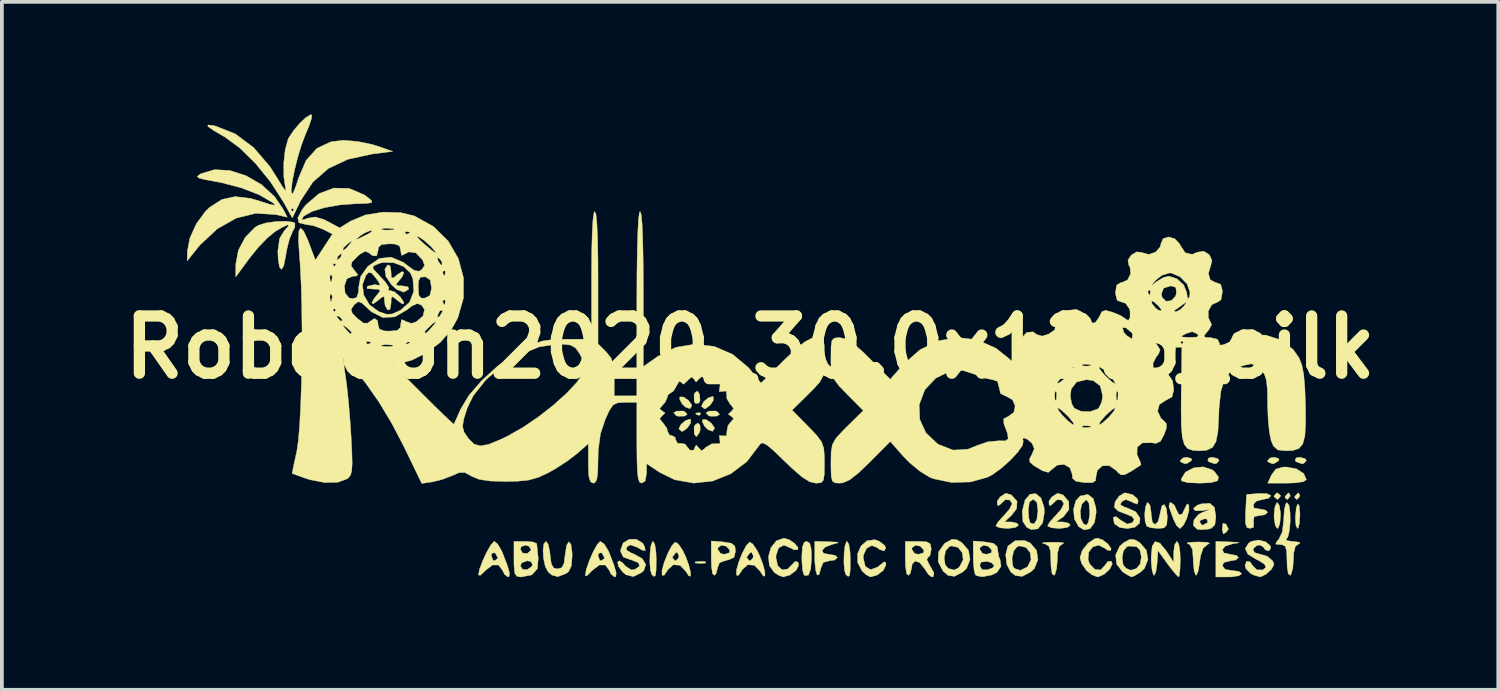
<source format=kicad_pcb>
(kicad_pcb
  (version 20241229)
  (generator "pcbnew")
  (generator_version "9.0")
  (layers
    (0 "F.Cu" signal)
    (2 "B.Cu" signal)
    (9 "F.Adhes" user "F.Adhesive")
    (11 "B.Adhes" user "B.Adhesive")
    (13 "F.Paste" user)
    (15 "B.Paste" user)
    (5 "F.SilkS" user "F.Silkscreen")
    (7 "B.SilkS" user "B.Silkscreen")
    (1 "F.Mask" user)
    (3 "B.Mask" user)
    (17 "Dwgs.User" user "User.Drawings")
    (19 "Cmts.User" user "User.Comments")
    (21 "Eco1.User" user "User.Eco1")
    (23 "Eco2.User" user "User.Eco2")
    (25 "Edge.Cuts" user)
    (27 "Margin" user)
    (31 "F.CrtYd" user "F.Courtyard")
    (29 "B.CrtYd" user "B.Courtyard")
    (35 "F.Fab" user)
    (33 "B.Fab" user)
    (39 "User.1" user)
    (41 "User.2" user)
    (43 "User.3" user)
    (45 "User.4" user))
  (footprint "Robocon2020_30.0x12.5_silk"
    (layer "F.Cu")
    (at 16.916 6.195)
    (property "Reference" "Robocon2020_30.0x12.5_silk" (at 0 0 0) (layer "F.SilkS") (effects (font (size 1.524 1.524) (thickness 0.3))))
    (attr through_hole)
    (fp_poly (pts (xy -1.32 1.751) (xy -1.332 1.802) (xy -1.378 1.808) (xy -1.448 1.777) (xy -1.435 1.751) (xy -1.333 1.74) (xy -1.32 1.751)) (stroke (width 0.01) (type solid)) (fill yes) (layer "F.SilkS"))
    (fp_poly (pts (xy -1.729 1.718) (xy -1.672 1.786) (xy -1.744 1.831) (xy -1.92 1.835) (xy -1.974 1.812) (xy -2.031 1.744) (xy -1.958 1.699) (xy -1.782 1.695) (xy -1.729 1.718)) (stroke (width 0.01) (type solid)) (fill yes) (layer "F.SilkS"))
    (fp_poly (pts (xy -1.344 1.256) (xy -1.331 1.419) (xy -1.363 1.484) (xy -1.454 1.493) (xy -1.487 1.44) (xy -1.49 1.264) (xy -1.468 1.212) (xy -1.399 1.164) (xy -1.344 1.256)) (stroke (width 0.01) (type solid)) (fill yes) (layer "F.SilkS"))
    (fp_poly (pts (xy -1.182 5.712) (xy -1.179 5.741) (xy -1.314 5.752) (xy -1.335 5.752) (xy -1.468 5.74) (xy -1.455 5.713) (xy -1.441 5.709) (xy -1.253 5.697) (xy -1.182 5.712)) (stroke (width 0.01) (type solid)) (fill yes) (layer "F.SilkS"))
    (fp_poly (pts (xy -0.868 1.718) (xy -0.811 1.786) (xy -0.883 1.831) (xy -1.059 1.835) (xy -1.113 1.812) (xy -1.17 1.744) (xy -1.097 1.699) (xy -0.921 1.695) (xy -0.868 1.718)) (stroke (width 0.01) (type solid)) (fill yes) (layer "F.SilkS"))
    (fp_poly (pts (xy 11.748 2.961) (xy 11.753 3.014) (xy 11.628 3.093) (xy 11.576 3.1) (xy 11.464 3.052) (xy 11.452 3.014) (xy 11.524 2.944) (xy 11.629 2.927) (xy 11.748 2.961)) (stroke (width 0.01) (type solid)) (fill yes) (layer "F.SilkS"))
    (fp_poly (pts (xy 12.45 2.963) (xy 12.485 3.014) (xy 12.415 3.091) (xy 12.361 3.1) (xy 12.214 3.047) (xy 12.183 3.014) (xy 12.21 2.946) (xy 12.307 2.927) (xy 12.45 2.963)) (stroke (width 0.01) (type solid)) (fill yes) (layer "F.SilkS"))
    (fp_poly (pts (xy 12.653 4.699) (xy 12.674 4.718) (xy 12.733 4.836) (xy 12.674 4.925) (xy 12.597 4.967) (xy 12.571 4.863) (xy 12.571 4.822) (xy 12.588 4.685) (xy 12.653 4.699)) (stroke (width 0.01) (type solid)) (fill yes) (layer "F.SilkS"))
    (fp_poly (pts (xy 14.073 2.961) (xy 14.078 3.014) (xy 13.953 3.093) (xy 13.9 3.1) (xy 13.789 3.052) (xy 13.776 3.014) (xy 13.849 2.944) (xy 13.954 2.927) (xy 14.073 2.961)) (stroke (width 0.01) (type solid)) (fill yes) (layer "F.SilkS"))
    (fp_poly (pts (xy 14.118 3.94) (xy 14.121 3.961) (xy 14.055 4.044) (xy 14.035 4.047) (xy 13.951 3.981) (xy 13.948 3.961) (xy 14.014 3.877) (xy 14.035 3.875) (xy 14.118 3.94)) (stroke (width 0.01) (type solid)) (fill yes) (layer "F.SilkS"))
    (fp_poly (pts (xy 14.378 3.941) (xy 14.379 3.961) (xy 14.313 4.043) (xy 14.288 4.047) (xy 14.236 3.994) (xy 14.25 3.961) (xy 14.327 3.879) (xy 14.341 3.875) (xy 14.378 3.941)) (stroke (width 0.01) (type solid)) (fill yes) (layer "F.SilkS"))
    (fp_poly (pts (xy 14.636 3.941) (xy 14.637 3.961) (xy 14.571 4.043) (xy 14.546 4.047) (xy 14.495 3.994) (xy 14.508 3.961) (xy 14.586 3.879) (xy 14.599 3.875) (xy 14.636 3.941)) (stroke (width 0.01) (type solid)) (fill yes) (layer "F.SilkS"))
    (fp_poly (pts (xy 14.775 2.963) (xy 14.809 3.014) (xy 14.74 3.091) (xy 14.685 3.1) (xy 14.539 3.047) (xy 14.508 3.014) (xy 14.534 2.946) (xy 14.632 2.927) (xy 14.775 2.963)) (stroke (width 0.01) (type solid)) (fill yes) (layer "F.SilkS"))
    (fp_poly (pts (xy -1.77 1.324) (xy -1.643 1.41) (xy -1.557 1.525) (xy -1.55 1.56) (xy -1.6 1.633) (xy -1.719 1.591) (xy -1.81 1.505) (xy -1.876 1.375) (xy -1.866 1.32) (xy -1.77 1.324)) (stroke (width 0.01) (type solid)) (fill yes) (layer "F.SilkS"))
    (fp_poly (pts (xy -1.332 2.074) (xy -1.327 2.202) (xy -1.36 2.29) (xy -1.43 2.381) (xy -1.482 2.316) (xy -1.486 2.305) (xy -1.49 2.127) (xy -1.467 2.071) (xy -1.387 2.013) (xy -1.332 2.074)) (stroke (width 0.01) (type solid)) (fill yes) (layer "F.SilkS"))
    (fp_poly (pts (xy -1.167 1.926) (xy -1.04 2.013) (xy -0.954 2.128) (xy -0.947 2.163) (xy -0.998 2.236) (xy -1.116 2.194) (xy -1.207 2.107) (xy -1.274 1.977) (xy -1.263 1.923) (xy -1.167 1.926)) (stroke (width 0.01) (type solid)) (fill yes) (layer "F.SilkS"))
    (fp_poly (pts (xy -1.579 1.923) (xy -1.582 2.019) (xy -1.669 2.146) (xy -1.784 2.232) (xy -1.819 2.239) (xy -1.893 2.174) (xy -1.894 2.163) (xy -1.838 2.051) (xy -1.717 1.949) (xy -1.602 1.912) (xy -1.579 1.923)) (stroke (width 0.01) (type solid)) (fill yes) (layer "F.SilkS"))
    (fp_poly (pts (xy -0.976 1.32) (xy -0.979 1.416) (xy -1.066 1.543) (xy -1.181 1.629) (xy -1.216 1.636) (xy -1.291 1.572) (xy -1.292 1.56) (xy -1.235 1.448) (xy -1.114 1.346) (xy -1 1.309) (xy -0.976 1.32)) (stroke (width 0.01) (type solid)) (fill yes) (layer "F.SilkS"))
    (fp_poly (pts (xy 14.541 3.234) (xy 14.737 3.36) (xy 14.809 3.524) (xy 14.729 3.577) (xy 14.509 3.609) (xy 14.295 3.616) (xy 13.78 3.616) (xy 13.878 3.401) (xy 13.994 3.244) (xy 14.187 3.188) (xy 14.27 3.186) (xy 14.541 3.234)) (stroke (width 0.01) (type solid)) (fill yes) (layer "F.SilkS"))
    (fp_poly (pts (xy 14.617 4.216) (xy 14.637 4.422) (xy 14.637 4.463) (xy 14.623 4.684) (xy 14.589 4.81) (xy 14.573 4.822) (xy 14.532 4.746) (xy 14.516 4.56) (xy 14.517 4.519) (xy 14.54 4.272) (xy 14.579 4.169) (xy 14.617 4.216)) (stroke (width 0.01) (type solid)) (fill yes) (layer "F.SilkS"))
    (fp_poly (pts (xy 12.295 3.256) (xy 12.362 3.309) (xy 12.473 3.457) (xy 12.445 3.553) (xy 12.267 3.603) (xy 11.968 3.616) (xy 11.655 3.603) (xy 11.498 3.562) (xy 11.473 3.511) (xy 11.589 3.323) (xy 11.805 3.209) (xy 12.06 3.182) (xy 12.295 3.256)) (stroke (width 0.01) (type solid)) (fill yes) (layer "F.SilkS"))
    (fp_poly (pts (xy 14.088 4.209) (xy 14.118 4.4) (xy 14.121 4.477) (xy 14.102 4.693) (xy 14.054 4.813) (xy 14.035 4.822) (xy 13.981 4.745) (xy 13.951 4.554) (xy 13.948 4.477) (xy 13.968 4.262) (xy 14.015 4.142) (xy 14.035 4.133) (xy 14.088 4.209)) (stroke (width 0.01) (type solid)) (fill yes) (layer "F.SilkS"))
    (fp_poly (pts (xy -2.536 5.244) (xy -2.505 5.445) (xy -2.497 5.64) (xy -2.501 5.926) (xy -2.517 6.07) (xy -2.554 6.101) (xy -2.612 6.056) (xy -2.652 5.938) (xy -2.668 5.729) (xy -2.663 5.492) (xy -2.639 5.286) (xy -2.598 5.173) (xy -2.583 5.166) (xy -2.536 5.244)) (stroke (width 0.01) (type solid)) (fill yes) (layer "F.SilkS"))
    (fp_poly (pts (xy 1.588 5.213) (xy 1.628 5.374) (xy 1.636 5.592) (xy 1.615 5.896) (xy 1.555 6.063) (xy 1.463 6.078) (xy 1.433 6.053) (xy 1.4 5.942) (xy 1.381 5.72) (xy 1.378 5.582) (xy 1.392 5.317) (xy 1.443 5.19) (xy 1.507 5.166) (xy 1.588 5.213)) (stroke (width 0.01) (type solid)) (fill yes) (layer "F.SilkS"))
    (fp_poly (pts (xy 2.63 5.244) (xy 2.661 5.445) (xy 2.669 5.64) (xy 2.666 5.926) (xy 2.649 6.07) (xy 2.613 6.101) (xy 2.554 6.056) (xy 2.514 5.938) (xy 2.498 5.729) (xy 2.503 5.492) (xy 2.527 5.286) (xy 2.568 5.173) (xy 2.583 5.166) (xy 2.63 5.244)) (stroke (width 0.01) (type solid)) (fill yes) (layer "F.SilkS"))
    (fp_poly (pts (xy 11.297 4.205) (xy 11.34 4.305) (xy 11.415 4.456) (xy 11.502 4.44) (xy 11.576 4.284) (xy 11.635 4.167) (xy 11.681 4.202) (xy 11.683 4.35) (xy 11.627 4.549) (xy 11.54 4.73) (xy 11.45 4.82) (xy 11.439 4.822) (xy 11.357 4.75) (xy 11.275 4.585) (xy 11.198 4.375) (xy 11.15 4.241) (xy 11.169 4.143) (xy 11.204 4.133) (xy 11.297 4.205)) (stroke (width 0.01) (type solid)) (fill yes) (layer "F.SilkS"))
    (fp_poly (pts (xy 12.164 5.189) (xy 12.233 5.215) (xy 12.183 5.245) (xy 12.063 5.343) (xy 11.992 5.549) (xy 11.968 5.721) (xy 11.932 5.943) (xy 11.886 6.061) (xy 11.861 6.064) (xy 11.82 5.944) (xy 11.798 5.721) (xy 11.796 5.632) (xy 11.776 5.379) (xy 11.706 5.253) (xy 11.645 5.225) (xy 11.634 5.203) (xy 11.765 5.187) (xy 11.925 5.182) (xy 12.164 5.189)) (stroke (width 0.01) (type solid)) (fill yes) (layer "F.SilkS"))
    (fp_poly (pts (xy 8.263 5.193) (xy 8.354 5.21) (xy 8.33 5.225) (xy 8.23 5.299) (xy 8.185 5.477) (xy 8.18 5.641) (xy 8.162 5.882) (xy 8.116 6.043) (xy 8.094 6.07) (xy 8.04 6.028) (xy 8.011 5.836) (xy 8.007 5.694) (xy 7.998 5.433) (xy 7.956 5.297) (xy 7.862 5.238) (xy 7.814 5.227) (xy 7.778 5.206) (xy 7.891 5.192) (xy 8.051 5.188) (xy 8.263 5.193)) (stroke (width 0.01) (type solid)) (fill yes) (layer "F.SilkS"))
    (fp_poly (pts (xy -9.58 -2.164) (xy -9.557 -2.015) (xy -9.549 -1.854) (xy -9.493 -1.846) (xy -9.385 -1.937) (xy -9.257 -2.019) (xy -9.215 -1.983) (xy -9.267 -1.866) (xy -9.348 -1.771) (xy -9.428 -1.673) (xy -9.372 -1.639) (xy -9.257 -1.636) (xy -9.107 -1.609) (xy -9.084 -1.55) (xy -9.215 -1.468) (xy -9.401 -1.537) (xy -9.542 -1.663) (xy -9.693 -1.885) (xy -9.722 -2.08) (xy -9.643 -2.196) (xy -9.58 -2.164)) (stroke (width 0.01) (type solid)) (fill yes) (layer "F.SilkS"))
    (fp_poly (pts (xy 2.088 5.176) (xy 2.298 5.185) (xy 2.349 5.201) (xy 2.252 5.23) (xy 2.203 5.241) (xy 2.002 5.316) (xy 1.916 5.409) (xy 1.958 5.485) (xy 2.102 5.511) (xy 2.268 5.539) (xy 2.325 5.597) (xy 2.251 5.662) (xy 2.115 5.683) (xy 1.949 5.726) (xy 1.881 5.885) (xy 1.878 5.906) (xy 1.838 6.048) (xy 1.787 6.064) (xy 1.749 5.946) (xy 1.725 5.719) (xy 1.722 5.582) (xy 1.722 5.166) (xy 2.088 5.176)) (stroke (width 0.01) (type solid)) (fill yes) (layer "F.SilkS"))
    (fp_poly (pts (xy 10.647 4.209) (xy 10.676 4.396) (xy 10.677 4.441) (xy 10.708 4.655) (xy 10.782 4.718) (xy 10.863 4.636) (xy 10.918 4.415) (xy 10.919 4.404) (xy 10.963 4.219) (xy 11.025 4.185) (xy 11.081 4.287) (xy 11.107 4.509) (xy 11.107 4.525) (xy 11.092 4.726) (xy 11.016 4.807) (xy 10.863 4.822) (xy 10.666 4.803) (xy 10.562 4.764) (xy 10.517 4.643) (xy 10.505 4.451) (xy 10.523 4.26) (xy 10.569 4.143) (xy 10.591 4.133) (xy 10.647 4.209)) (stroke (width 0.01) (type solid)) (fill yes) (layer "F.SilkS"))
    (fp_poly (pts (xy 13.755 3.895) (xy 13.859 3.942) (xy 13.862 3.955) (xy 13.789 4.025) (xy 13.656 4.047) (xy 13.478 4.095) (xy 13.401 4.176) (xy 13.411 4.276) (xy 13.564 4.305) (xy 13.724 4.335) (xy 13.776 4.391) (xy 13.703 4.457) (xy 13.569 4.477) (xy 13.419 4.506) (xy 13.4 4.618) (xy 13.407 4.649) (xy 13.402 4.79) (xy 13.308 4.822) (xy 13.224 4.793) (xy 13.187 4.682) (xy 13.187 4.448) (xy 13.191 4.37) (xy 13.217 3.918) (xy 13.539 3.891) (xy 13.755 3.895)) (stroke (width 0.01) (type solid)) (fill yes) (layer "F.SilkS"))
    (fp_poly (pts (xy -5.374 5.243) (xy -5.332 5.436) (xy -5.322 5.532) (xy -5.29 5.768) (xy -5.224 5.876) (xy -5.123 5.898) (xy -5.01 5.866) (xy -4.95 5.743) (xy -4.924 5.532) (xy -4.883 5.271) (xy -4.824 5.176) (xy -4.768 5.244) (xy -4.737 5.473) (xy -4.736 5.551) (xy -4.757 5.822) (xy -4.834 5.975) (xy -4.902 6.024) (xy -5.116 6.105) (xy -5.278 6.062) (xy -5.375 5.978) (xy -5.451 5.834) (xy -5.498 5.62) (xy -5.511 5.398) (xy -5.487 5.226) (xy -5.429 5.166) (xy -5.374 5.243)) (stroke (width 0.01) (type solid)) (fill yes) (layer "F.SilkS"))
    (fp_poly (pts (xy 12.765 5.18) (xy 12.972 5.19) (xy 13.015 5.202) (xy 12.905 5.222) (xy 12.851 5.228) (xy 12.652 5.291) (xy 12.57 5.387) (xy 12.614 5.474) (xy 12.786 5.511) (xy 12.948 5.54) (xy 13.001 5.597) (xy 12.928 5.661) (xy 12.786 5.683) (xy 12.613 5.728) (xy 12.571 5.812) (xy 12.648 5.914) (xy 12.829 5.941) (xy 13.011 5.966) (xy 13.087 6.026) (xy 13.087 6.027) (xy 13.011 6.081) (xy 12.82 6.111) (xy 12.743 6.113) (xy 12.399 6.113) (xy 12.399 5.166) (xy 12.765 5.18)) (stroke (width 0.01) (type solid)) (fill yes) (layer "F.SilkS"))
    (fp_poly (pts (xy -0.71 5.182) (xy -0.496 5.216) (xy -0.405 5.293) (xy -0.387 5.424) (xy -0.425 5.59) (xy -0.572 5.659) (xy -0.624 5.667) (xy -0.812 5.733) (xy -0.861 5.856) (xy -0.902 6.018) (xy -0.947 6.07) (xy -0.999 6.026) (xy -1.028 5.829) (xy -1.033 5.64) (xy -1.033 5.375) (xy -0.861 5.375) (xy -0.789 5.487) (xy -0.682 5.511) (xy -0.55 5.469) (xy -0.538 5.403) (xy -0.631 5.296) (xy -0.761 5.269) (xy -0.852 5.33) (xy -0.861 5.375) (xy -1.033 5.375) (xy -1.033 5.156) (xy -0.71 5.182)) (stroke (width 0.01) (type solid)) (fill yes) (layer "F.SilkS"))
    (fp_poly (pts (xy 9.135 4.026) (xy 9.207 4.277) (xy 9.213 4.399) (xy 9.167 4.668) (xy 9.05 4.829) (xy 8.89 4.86) (xy 8.745 4.772) (xy 8.634 4.567) (xy 8.614 4.357) (xy 8.79 4.357) (xy 8.805 4.555) (xy 8.874 4.701) (xy 8.952 4.736) (xy 9.007 4.659) (xy 9.038 4.468) (xy 9.041 4.384) (xy 9.021 4.146) (xy 8.958 4.064) (xy 8.933 4.068) (xy 8.833 4.173) (xy 8.79 4.357) (xy 8.614 4.357) (xy 8.61 4.314) (xy 8.672 4.083) (xy 8.788 3.958) (xy 8.991 3.916) (xy 9.135 4.026)) (stroke (width 0.01) (type solid)) (fill yes) (layer "F.SilkS"))
    (fp_poly (pts (xy 1.047 5.124) (xy 1.19 5.224) (xy 1.277 5.332) (xy 1.272 5.387) (xy 1.165 5.391) (xy 1.079 5.341) (xy 0.899 5.266) (xy 0.758 5.342) (xy 0.691 5.547) (xy 0.689 5.597) (xy 0.737 5.815) (xy 0.854 5.924) (xy 1 5.902) (xy 1.077 5.826) (xy 1.204 5.697) (xy 1.279 5.722) (xy 1.292 5.809) (xy 1.221 5.942) (xy 1.059 6.062) (xy 0.883 6.113) (xy 0.76 6.067) (xy 0.648 5.996) (xy 0.514 5.81) (xy 0.489 5.57) (xy 0.557 5.332) (xy 0.703 5.15) (xy 0.904 5.08) (xy 1.047 5.124)) (stroke (width 0.01) (type solid)) (fill yes) (layer "F.SilkS"))
    (fp_poly (pts (xy 3.438 5.163) (xy 3.577 5.269) (xy 3.616 5.341) (xy 3.564 5.42) (xy 3.441 5.379) (xy 3.39 5.335) (xy 3.24 5.275) (xy 3.102 5.35) (xy 3.02 5.528) (xy 3.014 5.609) (xy 3.067 5.833) (xy 3.205 5.918) (xy 3.396 5.851) (xy 3.447 5.809) (xy 3.57 5.711) (xy 3.612 5.732) (xy 3.616 5.795) (xy 3.545 5.94) (xy 3.379 6.065) (xy 3.205 6.113) (xy 3.092 6.056) (xy 2.984 5.956) (xy 2.865 5.732) (xy 2.863 5.496) (xy 2.953 5.288) (xy 3.114 5.149) (xy 3.321 5.121) (xy 3.438 5.163)) (stroke (width 0.01) (type solid)) (fill yes) (layer "F.SilkS"))
    (fp_poly (pts (xy 11.413 5.244) (xy 11.444 5.445) (xy 11.452 5.64) (xy 11.445 5.899) (xy 11.426 6.071) (xy 11.409 6.113) (xy 11.339 6.05) (xy 11.206 5.887) (xy 11.113 5.763) (xy 10.859 5.413) (xy 10.833 5.771) (xy 10.803 5.975) (xy 10.76 6.068) (xy 10.741 6.064) (xy 10.703 5.945) (xy 10.68 5.719) (xy 10.677 5.582) (xy 10.704 5.295) (xy 10.782 5.171) (xy 10.909 5.213) (xy 11.08 5.42) (xy 11.097 5.446) (xy 11.276 5.726) (xy 11.278 5.446) (xy 11.302 5.255) (xy 11.359 5.167) (xy 11.365 5.166) (xy 11.413 5.244)) (stroke (width 0.01) (type solid)) (fill yes) (layer "F.SilkS"))
    (fp_poly (pts (xy 5.51 5.125) (xy 5.64 5.201) (xy 5.814 5.402) (xy 5.856 5.649) (xy 5.764 5.883) (xy 5.664 5.979) (xy 5.444 6.096) (xy 5.276 6.076) (xy 5.136 5.956) (xy 5.007 5.706) (xy 5.012 5.606) (xy 5.167 5.606) (xy 5.194 5.79) (xy 5.274 5.884) (xy 5.429 5.929) (xy 5.535 5.88) (xy 5.579 5.838) (xy 5.672 5.657) (xy 5.649 5.469) (xy 5.539 5.328) (xy 5.367 5.287) (xy 5.306 5.303) (xy 5.206 5.417) (xy 5.167 5.606) (xy 5.012 5.606) (xy 5.02 5.445) (xy 5.171 5.229) (xy 5.209 5.201) (xy 5.378 5.11) (xy 5.51 5.125)) (stroke (width 0.01) (type solid)) (fill yes) (layer "F.SilkS"))
    (fp_poly (pts (xy 6.954 3.928) (xy 7.108 4.098) (xy 7.096 4.296) (xy 6.963 4.469) (xy 6.77 4.649) (xy 6.958 4.649) (xy 7.107 4.683) (xy 7.146 4.736) (xy 7.071 4.793) (xy 6.885 4.821) (xy 6.845 4.822) (xy 6.646 4.804) (xy 6.546 4.76) (xy 6.544 4.751) (xy 6.601 4.649) (xy 6.74 4.495) (xy 6.759 4.477) (xy 6.906 4.308) (xy 6.974 4.169) (xy 6.974 4.161) (xy 6.915 4.064) (xy 6.793 4.058) (xy 6.695 4.145) (xy 6.692 4.154) (xy 6.617 4.214) (xy 6.582 4.195) (xy 6.58 4.093) (xy 6.658 3.982) (xy 6.808 3.885) (xy 6.954 3.928)) (stroke (width 0.01) (type solid)) (fill yes) (layer "F.SilkS"))
    (fp_poly (pts (xy 7.46 5.209) (xy 7.626 5.407) (xy 7.663 5.655) (xy 7.568 5.888) (xy 7.472 5.979) (xy 7.243 6.098) (xy 7.061 6.075) (xy 6.937 5.978) (xy 6.834 5.779) (xy 6.816 5.614) (xy 6.973 5.614) (xy 6.989 5.807) (xy 7.032 5.884) (xy 7.191 5.938) (xy 7.372 5.853) (xy 7.388 5.838) (xy 7.48 5.657) (xy 7.458 5.469) (xy 7.347 5.328) (xy 7.176 5.287) (xy 7.114 5.303) (xy 7.019 5.417) (xy 6.973 5.614) (xy 6.816 5.614) (xy 6.805 5.521) (xy 6.86 5.301) (xy 6.868 5.289) (xy 7.056 5.149) (xy 7.301 5.141) (xy 7.46 5.209)) (stroke (width 0.01) (type solid)) (fill yes) (layer "F.SilkS"))
    (fp_poly (pts (xy 7.744 4.012) (xy 7.826 4.259) (xy 7.835 4.399) (xy 7.788 4.674) (xy 7.662 4.832) (xy 7.485 4.853) (xy 7.367 4.793) (xy 7.263 4.642) (xy 7.246 4.381) (xy 7.248 4.353) (xy 7.253 4.334) (xy 7.405 4.334) (xy 7.42 4.546) (xy 7.456 4.672) (xy 7.46 4.676) (xy 7.56 4.703) (xy 7.634 4.586) (xy 7.663 4.351) (xy 7.663 4.343) (xy 7.634 4.122) (xy 7.542 4.047) (xy 7.534 4.047) (xy 7.436 4.116) (xy 7.405 4.332) (xy 7.405 4.334) (xy 7.253 4.334) (xy 7.321 4.063) (xy 7.453 3.911) (xy 7.607 3.895) (xy 7.744 4.012)) (stroke (width 0.01) (type solid)) (fill yes) (layer "F.SilkS"))
    (fp_poly (pts (xy 9.387 5.127) (xy 9.525 5.235) (xy 9.608 5.35) (xy 9.603 5.407) (xy 9.511 5.399) (xy 9.453 5.354) (xy 9.281 5.267) (xy 9.123 5.313) (xy 9.016 5.453) (xy 8.998 5.649) (xy 9.041 5.769) (xy 9.178 5.911) (xy 9.331 5.927) (xy 9.44 5.812) (xy 9.524 5.703) (xy 9.614 5.692) (xy 9.643 5.763) (xy 9.576 5.903) (xy 9.425 6.042) (xy 9.264 6.112) (xy 9.25 6.113) (xy 9.102 6.056) (xy 8.955 5.941) (xy 8.826 5.754) (xy 8.782 5.597) (xy 8.846 5.402) (xy 8.999 5.213) (xy 9.18 5.093) (xy 9.25 5.08) (xy 9.387 5.127)) (stroke (width 0.01) (type solid)) (fill yes) (layer "F.SilkS"))
    (fp_poly (pts (xy -12.165 -3.331) (xy -12.116 -3.305) (xy -12.117 -3.202) (xy -12.183 -3.068) (xy -12.263 -2.878) (xy -12.334 -2.595) (xy -12.362 -2.425) (xy -12.414 -2.168) (xy -12.473 -2.074) (xy -12.526 -2.135) (xy -12.561 -2.345) (xy -12.57 -2.562) (xy -12.523 -2.898) (xy -12.399 -3.1) (xy -12.284 -3.232) (xy -12.306 -3.262) (xy -12.462 -3.189) (xy -12.635 -3.087) (xy -12.84 -2.921) (xy -13.085 -2.668) (xy -13.313 -2.388) (xy -13.69 -1.875) (xy -13.69 -2.216) (xy -13.62 -2.584) (xy -13.435 -2.932) (xy -13.174 -3.195) (xy -13.085 -3.248) (xy -12.884 -3.311) (xy -12.619 -3.348) (xy -12.358 -3.356) (xy -12.165 -3.331)) (stroke (width 0.01) (type solid)) (fill yes) (layer "F.SilkS"))
    (fp_poly (pts (xy 8.332 3.928) (xy 8.483 4.105) (xy 8.489 4.316) (xy 8.347 4.505) (xy 8.338 4.512) (xy 8.141 4.649) (xy 8.333 4.649) (xy 8.483 4.682) (xy 8.524 4.736) (xy 8.448 4.793) (xy 8.262 4.821) (xy 8.223 4.822) (xy 8.023 4.804) (xy 7.924 4.76) (xy 7.921 4.751) (xy 7.978 4.649) (xy 8.118 4.495) (xy 8.137 4.477) (xy 8.284 4.308) (xy 8.351 4.169) (xy 8.352 4.161) (xy 8.292 4.064) (xy 8.171 4.058) (xy 8.073 4.145) (xy 8.069 4.154) (xy 7.995 4.214) (xy 7.96 4.195) (xy 7.957 4.093) (xy 8.036 3.982) (xy 8.186 3.885) (xy 8.332 3.928)) (stroke (width 0.01) (type solid)) (fill yes) (layer "F.SilkS"))
    (fp_poly (pts (xy 12.36 4.258) (xy 12.399 4.504) (xy 12.399 4.515) (xy 12.373 4.724) (xy 12.276 4.819) (xy 12.202 4.839) (xy 12.001 4.855) (xy 11.9 4.842) (xy 11.799 4.743) (xy 11.81 4.649) (xy 11.968 4.649) (xy 12.03 4.733) (xy 12.049 4.736) (xy 12.166 4.673) (xy 12.183 4.649) (xy 12.164 4.576) (xy 12.102 4.563) (xy 11.985 4.608) (xy 11.968 4.649) (xy 11.81 4.649) (xy 11.817 4.594) (xy 11.937 4.451) (xy 12.033 4.398) (xy 12.269 4.304) (xy 12.033 4.349) (xy 11.848 4.351) (xy 11.803 4.287) (xy 11.905 4.204) (xy 12.006 4.169) (xy 12.236 4.152) (xy 12.36 4.258)) (stroke (width 0.01) (type solid)) (fill yes) (layer "F.SilkS"))
    (fp_poly (pts (xy -1.906 5.238) (xy -1.792 5.409) (xy -1.719 5.56) (xy -1.629 5.804) (xy -1.584 5.991) (xy -1.585 6.093) (xy -1.632 6.083) (xy -1.711 5.962) (xy -1.865 5.802) (xy -2.042 5.788) (xy -2.191 5.92) (xy -2.21 5.957) (xy -2.29 6.071) (xy -2.343 6.065) (xy -2.344 5.936) (xy -2.284 5.721) (xy -2.236 5.602) (xy -2.066 5.602) (xy -2.001 5.68) (xy -1.98 5.683) (xy -1.905 5.613) (xy -1.894 5.548) (xy -1.936 5.459) (xy -1.98 5.467) (xy -2.063 5.578) (xy -2.066 5.602) (xy -2.236 5.602) (xy -2.189 5.482) (xy -2.083 5.282) (xy -1.992 5.184) (xy -1.992 5.184) (xy -1.906 5.238)) (stroke (width 0.01) (type solid)) (fill yes) (layer "F.SilkS"))
    (fp_poly (pts (xy 0.074 5.238) (xy 0.188 5.409) (xy 0.261 5.56) (xy 0.351 5.804) (xy 0.396 5.991) (xy 0.395 6.093) (xy 0.348 6.083) (xy 0.27 5.962) (xy 0.116 5.802) (xy -0.062 5.788) (xy -0.211 5.92) (xy -0.23 5.957) (xy -0.309 6.071) (xy -0.363 6.065) (xy -0.363 5.936) (xy -0.303 5.721) (xy -0.256 5.602) (xy -0.086 5.602) (xy -0.02 5.68) (xy 0 5.683) (xy 0.076 5.613) (xy 0.086 5.548) (xy 0.044 5.459) (xy 0 5.467) (xy -0.083 5.578) (xy -0.086 5.602) (xy -0.256 5.602) (xy -0.208 5.482) (xy -0.103 5.282) (xy -0.012 5.184) (xy -0.012 5.184) (xy 0.074 5.238)) (stroke (width 0.01) (type solid)) (fill yes) (layer "F.SilkS"))
    (fp_poly (pts (xy 10.246 5.125) (xy 10.375 5.201) (xy 10.55 5.402) (xy 10.592 5.649) (xy 10.5 5.883) (xy 10.399 5.979) (xy 10.242 6.078) (xy 10.16 6.113) (xy 10.061 6.069) (xy 9.921 5.979) (xy 9.759 5.776) (xy 9.741 5.609) (xy 9.904 5.609) (xy 9.932 5.792) (xy 10.009 5.884) (xy 10.118 5.928) (xy 10.131 5.934) (xy 10.212 5.914) (xy 10.282 5.889) (xy 10.384 5.772) (xy 10.416 5.581) (xy 10.377 5.397) (xy 10.289 5.307) (xy 10.095 5.291) (xy 10.031 5.307) (xy 9.938 5.419) (xy 9.904 5.609) (xy 9.741 5.609) (xy 9.732 5.528) (xy 9.838 5.296) (xy 9.945 5.201) (xy 10.113 5.11) (xy 10.246 5.125)) (stroke (width 0.01) (type solid)) (fill yes) (layer "F.SilkS"))
    (fp_poly (pts (xy -6.718 5.238) (xy -6.615 5.414) (xy -6.598 5.453) (xy -6.463 5.797) (xy -6.404 6.007) (xy -6.416 6.103) (xy -6.446 6.113) (xy -6.538 6.042) (xy -6.587 5.941) (xy -6.695 5.794) (xy -6.859 5.796) (xy -7.05 5.945) (xy -7.065 5.963) (xy -7.178 6.068) (xy -7.229 6.06) (xy -7.23 6.056) (xy -7.198 5.899) (xy -7.114 5.676) (xy -7.054 5.548) (xy -6.888 5.548) (xy -6.843 5.666) (xy -6.802 5.683) (xy -6.718 5.621) (xy -6.716 5.602) (xy -6.779 5.485) (xy -6.802 5.467) (xy -6.876 5.487) (xy -6.888 5.548) (xy -7.054 5.548) (xy -7.004 5.443) (xy -6.895 5.255) (xy -6.813 5.167) (xy -6.806 5.166) (xy -6.718 5.238)) (stroke (width 0.01) (type solid)) (fill yes) (layer "F.SilkS"))
    (fp_poly (pts (xy -3.883 5.238) (xy -3.774 5.415) (xy -3.757 5.453) (xy -3.622 5.797) (xy -3.563 6.007) (xy -3.574 6.103) (xy -3.605 6.113) (xy -3.697 6.042) (xy -3.745 5.941) (xy -3.853 5.794) (xy -4.017 5.796) (xy -4.208 5.945) (xy -4.224 5.963) (xy -4.337 6.076) (xy -4.388 6.084) (xy -4.388 6.082) (xy -4.36 5.915) (xy -4.281 5.685) (xy -4.222 5.548) (xy -4.047 5.548) (xy -4.002 5.666) (xy -3.961 5.683) (xy -3.877 5.621) (xy -3.875 5.602) (xy -3.937 5.485) (xy -3.961 5.467) (xy -4.034 5.487) (xy -4.047 5.548) (xy -4.222 5.548) (xy -4.177 5.447) (xy -4.073 5.256) (xy -3.991 5.167) (xy -3.985 5.166) (xy -3.883 5.238)) (stroke (width 0.01) (type solid)) (fill yes) (layer "F.SilkS"))
    (fp_poly (pts (xy -2.86 5.212) (xy -2.808 5.302) (xy -2.788 5.407) (xy -2.867 5.401) (xy -3.013 5.319) (xy -3.181 5.259) (xy -3.276 5.308) (xy -3.297 5.392) (xy -3.168 5.472) (xy -3.105 5.496) (xy -2.87 5.625) (xy -2.775 5.784) (xy -2.83 5.945) (xy -2.887 5.997) (xy -3.111 6.104) (xy -3.304 6.054) (xy -3.395 5.978) (xy -3.506 5.827) (xy -3.526 5.713) (xy -3.475 5.683) (xy -3.386 5.744) (xy -3.315 5.826) (xy -3.164 5.924) (xy -3.069 5.915) (xy -2.94 5.825) (xy -2.972 5.733) (xy -3.158 5.659) (xy -3.186 5.653) (xy -3.376 5.582) (xy -3.441 5.445) (xy -3.444 5.389) (xy -3.377 5.207) (xy -3.218 5.112) (xy -3.025 5.111) (xy -2.86 5.212)) (stroke (width 0.01) (type solid)) (fill yes) (layer "F.SilkS"))
    (fp_poly (pts (xy 10.185 3.923) (xy 10.315 4.037) (xy 10.332 4.1) (xy 10.306 4.175) (xy 10.199 4.137) (xy 10.162 4.114) (xy 10 4.052) (xy 9.891 4.109) (xy 9.855 4.192) (xy 9.967 4.253) (xy 10.015 4.266) (xy 10.267 4.379) (xy 10.381 4.546) (xy 10.368 4.682) (xy 10.248 4.787) (xy 10.046 4.825) (xy 9.839 4.795) (xy 9.703 4.699) (xy 9.694 4.68) (xy 9.667 4.527) (xy 9.74 4.506) (xy 9.865 4.6) (xy 10.039 4.706) (xy 10.178 4.667) (xy 10.224 4.587) (xy 10.173 4.506) (xy 10.007 4.439) (xy 10 4.437) (xy 9.803 4.36) (xy 9.697 4.259) (xy 9.717 4.113) (xy 9.827 3.959) (xy 9.968 3.876) (xy 9.987 3.875) (xy 10.185 3.923)) (stroke (width 0.01) (type solid)) (fill yes) (layer "F.SilkS"))
    (fp_poly (pts (xy 14.347 4.208) (xy 14.375 4.396) (xy 14.378 4.638) (xy 14.358 4.876) (xy 14.315 5.053) (xy 14.271 5.109) (xy 14.273 5.141) (xy 14.411 5.165) (xy 14.465 5.169) (xy 14.622 5.189) (xy 14.64 5.217) (xy 14.616 5.225) (xy 14.515 5.299) (xy 14.471 5.477) (xy 14.465 5.641) (xy 14.447 5.882) (xy 14.401 6.043) (xy 14.379 6.07) (xy 14.326 6.027) (xy 14.297 5.836) (xy 14.293 5.688) (xy 14.284 5.428) (xy 14.247 5.298) (xy 14.164 5.255) (xy 14.115 5.252) (xy 13.992 5.239) (xy 14.019 5.172) (xy 14.071 5.117) (xy 14.169 4.915) (xy 14.207 4.581) (xy 14.207 4.557) (xy 14.222 4.314) (xy 14.263 4.16) (xy 14.293 4.133) (xy 14.347 4.208)) (stroke (width 0.01) (type solid)) (fill yes) (layer "F.SilkS"))
    (fp_poly (pts (xy 4.699 5.178) (xy 4.798 5.233) (xy 4.822 5.363) (xy 4.822 5.381) (xy 4.791 5.543) (xy 4.731 5.597) (xy 4.706 5.655) (xy 4.774 5.788) (xy 4.892 5.998) (xy 4.882 6.102) (xy 4.836 6.113) (xy 4.748 6.046) (xy 4.649 5.898) (xy 4.519 5.733) (xy 4.393 5.69) (xy 4.314 5.774) (xy 4.305 5.85) (xy 4.266 6.015) (xy 4.219 6.07) (xy 4.167 6.026) (xy 4.138 5.83) (xy 4.133 5.645) (xy 4.133 5.375) (xy 4.305 5.375) (xy 4.378 5.487) (xy 4.484 5.511) (xy 4.616 5.469) (xy 4.628 5.403) (xy 4.535 5.296) (xy 4.405 5.269) (xy 4.314 5.33) (xy 4.305 5.375) (xy 4.133 5.375) (xy 4.133 5.166) (xy 4.477 5.166) (xy 4.699 5.178)) (stroke (width 0.01) (type solid)) (fill yes) (layer "F.SilkS"))
    (fp_poly (pts (xy -13.844 -4.706) (xy -13.415 -4.568) (xy -13.007 -4.332) (xy -12.658 -4.013) (xy -12.437 -3.691) (xy -12.318 -3.463) (xy -12.626 -3.533) (xy -13.155 -3.567) (xy -13.68 -3.438) (xy -14.183 -3.153) (xy -14.643 -2.723) (xy -14.729 -2.619) (xy -14.982 -2.301) (xy -14.98 -2.55) (xy -14.912 -2.908) (xy -14.738 -3.29) (xy -14.493 -3.624) (xy -14.389 -3.724) (xy -14.061 -3.934) (xy -13.71 -4.012) (xy -13.295 -3.963) (xy -13.039 -3.888) (xy -12.773 -3.803) (xy -12.654 -3.781) (xy -12.667 -3.819) (xy -12.7 -3.847) (xy -13.063 -4.059) (xy -13.544 -4.245) (xy -14.088 -4.387) (xy -14.221 -4.411) (xy -14.524 -4.467) (xy -14.68 -4.509) (xy -14.713 -4.551) (xy -14.646 -4.605) (xy -14.617 -4.621) (xy -14.257 -4.729) (xy -13.844 -4.706)) (stroke (width 0.01) (type solid)) (fill yes) (layer "F.SilkS"))
    (fp_poly (pts (xy 13.724 5.177) (xy 13.848 5.284) (xy 13.862 5.341) (xy 13.812 5.42) (xy 13.716 5.393) (xy 13.671 5.323) (xy 13.575 5.263) (xy 13.486 5.279) (xy 13.387 5.367) (xy 13.425 5.462) (xy 13.577 5.51) (xy 13.592 5.511) (xy 13.77 5.564) (xy 13.912 5.686) (xy 13.948 5.78) (xy 13.884 5.902) (xy 13.742 6.034) (xy 13.598 6.109) (xy 13.576 6.111) (xy 13.421 6.068) (xy 13.324 6.02) (xy 13.199 5.892) (xy 13.174 5.808) (xy 13.219 5.695) (xy 13.312 5.713) (xy 13.377 5.812) (xy 13.49 5.923) (xy 13.646 5.926) (xy 13.732 5.858) (xy 13.695 5.775) (xy 13.539 5.674) (xy 13.478 5.647) (xy 13.251 5.507) (xy 13.182 5.356) (xy 13.274 5.212) (xy 13.346 5.166) (xy 13.533 5.13) (xy 13.724 5.177)) (stroke (width 0.01) (type solid)) (fill yes) (layer "F.SilkS"))
    (fp_poly (pts (xy -5.783 5.182) (xy -5.681 5.222) (xy -5.678 5.231) (xy -5.666 5.352) (xy -5.644 5.569) (xy -5.639 5.617) (xy -5.662 5.896) (xy -5.81 6.058) (xy -6.09 6.113) (xy -6.108 6.113) (xy -6.21 6.094) (xy -6.264 6.01) (xy -6.283 5.818) (xy -6.283 5.818) (xy -6.113 5.818) (xy -6.055 5.912) (xy -5.93 5.917) (xy -5.815 5.838) (xy -5.79 5.79) (xy -5.83 5.703) (xy -5.934 5.683) (xy -6.082 5.737) (xy -6.113 5.818) (xy -6.283 5.818) (xy -6.285 5.64) (xy -6.285 5.381) (xy -6.113 5.381) (xy -6.053 5.478) (xy -5.932 5.488) (xy -5.837 5.409) (xy -5.829 5.383) (xy -5.884 5.297) (xy -5.963 5.269) (xy -6.091 5.302) (xy -6.113 5.381) (xy -6.285 5.381) (xy -6.285 5.166) (xy -5.984 5.166) (xy -5.783 5.182)) (stroke (width 0.01) (type solid)) (fill yes) (layer "F.SilkS"))
    (fp_poly (pts (xy 6.264 5.182) (xy 6.485 5.221) (xy 6.578 5.305) (xy 6.59 5.381) (xy 6.622 5.575) (xy 6.655 5.654) (xy 6.681 5.832) (xy 6.571 5.992) (xy 6.43 6.061) (xy 6.174 6.109) (xy 6.026 6.078) (xy 5.998 6.056) (xy 5.965 5.943) (xy 5.953 5.812) (xy 6.113 5.812) (xy 6.173 5.918) (xy 6.307 5.925) (xy 6.458 5.871) (xy 6.501 5.812) (xy 6.427 5.734) (xy 6.307 5.698) (xy 6.149 5.719) (xy 6.113 5.812) (xy 5.953 5.812) (xy 5.944 5.719) (xy 5.941 5.577) (xy 5.941 5.375) (xy 6.113 5.375) (xy 6.186 5.487) (xy 6.293 5.511) (xy 6.424 5.469) (xy 6.436 5.403) (xy 6.343 5.296) (xy 6.213 5.269) (xy 6.122 5.33) (xy 6.113 5.375) (xy 5.941 5.375) (xy 5.941 5.156) (xy 6.264 5.182)) (stroke (width 0.01) (type solid)) (fill yes) (layer "F.SilkS"))
    (fp_poly (pts (xy -11.666 -6.184) (xy -11.675 -6.088) (xy -11.743 -5.886) (xy -11.832 -5.674) (xy -11.935 -5.406) (xy -12.035 -5.079) (xy -12.121 -4.739) (xy -12.184 -4.428) (xy -12.212 -4.192) (xy -12.197 -4.075) (xy -12.197 -4.075) (xy -12.154 -4.127) (xy -12.083 -4.304) (xy -12.019 -4.505) (xy -11.819 -4.974) (xy -11.531 -5.296) (xy -11.154 -5.472) (xy -10.818 -5.511) (xy -10.449 -5.479) (xy -10.063 -5.401) (xy -9.939 -5.363) (xy -9.514 -5.215) (xy -10.059 -5.145) (xy -10.706 -5.004) (xy -11.227 -4.759) (xy -11.64 -4.396) (xy -11.963 -3.904) (xy -11.989 -3.85) (xy -12.184 -3.446) (xy -12.304 -3.659) (xy -12.226 -3.659) (xy -12.183 -3.616) (xy -12.14 -3.659) (xy -12.183 -3.702) (xy -12.226 -3.659) (xy -12.304 -3.659) (xy -12.428 -3.88) (xy -12.767 -4.406) (xy -13.164 -4.895) (xy -13.582 -5.306) (xy -13.981 -5.598) (xy -13.996 -5.607) (xy -14.289 -5.778) (xy -14.431 -5.881) (xy -14.43 -5.92) (xy -14.289 -5.903) (xy -14.228 -5.889) (xy -13.702 -5.681) (xy -13.213 -5.316) (xy -12.778 -4.807) (xy -12.57 -4.477) (xy -12.444 -4.27) (xy -12.37 -4.174) (xy -12.36 -4.21) (xy -12.362 -4.214) (xy -12.41 -4.529) (xy -12.413 -4.904) (xy -12.373 -5.267) (xy -12.296 -5.543) (xy -12.285 -5.566) (xy -12.156 -5.764) (xy -11.989 -5.961) (xy -11.824 -6.116) (xy -11.7 -6.19) (xy -11.666 -6.184)) (stroke (width 0.01) (type solid)) (fill yes) (layer "F.SilkS"))
    (fp_poly (pts (xy 11.303 -2.891) (xy 11.433 -2.755) (xy 11.448 -2.721) (xy 11.584 -2.516) (xy 11.768 -2.474) (xy 11.902 -2.53) (xy 12.076 -2.558) (xy 12.224 -2.467) (xy 12.295 -2.31) (xy 12.263 -2.173) (xy 12.2 -1.964) (xy 12.251 -1.795) (xy 12.397 -1.722) (xy 12.405 -1.722) (xy 12.527 -1.678) (xy 12.57 -1.52) (xy 12.571 -1.464) (xy 12.533 -1.26) (xy 12.445 -1.205) (xy 12.291 -1.133) (xy 12.198 -0.967) (xy 12.199 -0.785) (xy 12.232 -0.725) (xy 12.286 -0.601) (xy 12.21 -0.461) (xy 12.182 -0.429) (xy 12.082 -0.305) (xy 12.119 -0.263) (xy 12.256 -0.258) (xy 12.44 -0.215) (xy 12.485 -0.127) (xy 12.508 -0.058) (xy 12.604 -0.068) (xy 12.807 -0.161) (xy 12.826 -0.17) (xy 13.276 -0.321) (xy 13.721 -0.326) (xy 14.127 -0.197) (xy 14.459 0.06) (xy 14.61 0.276) (xy 14.686 0.463) (xy 14.737 0.719) (xy 14.768 1.078) (xy 14.785 1.536) (xy 14.789 2.018) (xy 14.769 2.354) (xy 14.714 2.57) (xy 14.613 2.692) (xy 14.456 2.745) (xy 14.264 2.755) (xy 14.049 2.732) (xy 13.932 2.628) (xy 13.871 2.484) (xy 13.826 2.269) (xy 13.793 1.945) (xy 13.777 1.574) (xy 13.776 1.494) (xy 13.77 1.121) (xy 13.745 0.877) (xy 13.693 0.72) (xy 13.606 0.604) (xy 13.604 0.603) (xy 13.464 0.479) (xy 13.338 0.44) (xy 13.158 0.477) (xy 13.012 0.526) (xy 12.785 0.651) (xy 12.628 0.858) (xy 12.531 1.174) (xy 12.484 1.623) (xy 12.477 1.813) (xy 12.455 2.232) (xy 12.404 2.507) (xy 12.308 2.667) (xy 12.152 2.741) (xy 11.968 2.755) (xy 11.784 2.744) (xy 11.65 2.696) (xy 11.56 2.587) (xy 11.506 2.394) (xy 11.48 2.093) (xy 11.474 1.659) (xy 11.477 1.259) (xy 11.495 -0.00004) (xy 11.215 -0.00002) (xy 11.014 -0.024) (xy 10.939 -0.112) (xy 10.938 -0.129) (xy 11.452 -0.129) (xy 11.495 -0.086) (xy 11.538 -0.129) (xy 11.495 -0.172) (xy 11.452 -0.129) (xy 10.938 -0.129) (xy 10.935 -0.162) (xy 10.868 -0.301) (xy 11.488 -0.301) (xy 11.509 -0.274) (xy 11.684 -0.265) (xy 11.706 -0.264) (xy 11.894 -0.273) (xy 11.933 -0.318) (xy 11.902 -0.359) (xy 11.769 -0.416) (xy 11.605 -0.365) (xy 11.488 -0.301) (xy 10.868 -0.301) (xy 10.862 -0.314) (xy 10.763 -0.369) (xy 10.65 -0.375) (xy 10.659 -0.293) (xy 10.794 -0.11) (xy 10.832 -0.065) (xy 10.916 0.067) (xy 10.872 0.182) (xy 10.822 0.24) (xy 10.727 0.421) (xy 10.73 0.598) (xy 10.816 0.715) (xy 10.956 0.725) (xy 11.139 0.734) (xy 11.248 0.894) (xy 11.278 1.132) (xy 11.232 1.321) (xy 11.065 1.413) (xy 11.064 1.413) (xy 10.894 1.524) (xy 10.849 1.702) (xy 10.936 1.887) (xy 10.993 1.938) (xy 11.083 2.032) (xy 11.082 2.158) (xy 11.024 2.317) (xy 10.926 2.501) (xy 10.809 2.557) (xy 10.678 2.54) (xy 10.44 2.545) (xy 10.305 2.659) (xy 10.3 2.851) (xy 10.333 2.929) (xy 10.398 3.077) (xy 10.404 3.133) (xy 10.139 3.303) (xy 9.978 3.388) (xy 9.878 3.396) (xy 9.798 3.337) (xy 9.747 3.277) (xy 9.564 3.151) (xy 9.379 3.154) (xy 9.245 3.273) (xy 9.213 3.416) (xy 9.195 3.553) (xy 9.107 3.605) (xy 8.901 3.601) (xy 8.89 3.6) (xy 8.675 3.566) (xy 8.586 3.49) (xy 8.574 3.377) (xy 8.513 3.205) (xy 8.359 3.118) (xy 8.177 3.136) (xy 8.061 3.229) (xy 7.939 3.33) (xy 7.785 3.286) (xy 7.554 3.148) (xy 7.448 3.055) (xy 7.441 2.968) (xy 7.499 2.86) (xy 7.566 2.697) (xy 7.508 2.561) (xy 7.497 2.547) (xy 7.38 2.446) (xy 7.282 2.411) (xy 7.255 2.454) (xy 7.273 2.493) (xy 7.253 2.608) (xy 7.127 2.79) (xy 6.93 3.003) (xy 6.695 3.213) (xy 6.458 3.385) (xy 6.328 3.456) (xy 5.87 3.584) (xy 5.362 3.598) (xy 4.882 3.498) (xy 4.775 3.455) (xy 4.521 3.298) (xy 4.24 3.066) (xy 4.08 2.901) (xy 3.732 2.506) (xy 3.181 3.061) (xy 2.877 3.353) (xy 2.65 3.528) (xy 2.473 3.607) (xy 2.392 3.616) (xy 2.262 3.609) (xy 2.19 3.559) (xy 2.16 3.428) (xy 2.153 3.176) (xy 2.153 3.075) (xy 2.158 2.787) (xy 2.191 2.592) (xy 2.28 2.43) (xy 2.451 2.241) (xy 2.583 2.109) (xy 3.014 1.685) (xy 2.861 1.53) (xy 4.502 1.53) (xy 4.517 1.918) (xy 4.68 2.275) (xy 4.984 2.564) (xy 5.02 2.587) (xy 5.404 2.736) (xy 5.794 2.714) (xy 6.053 2.61) (xy 6.331 2.515) (xy 6.617 2.489) (xy 6.62 2.489) (xy 6.798 2.49) (xy 6.872 2.435) (xy 6.852 2.289) (xy 6.791 2.127) (xy 8.836 2.127) (xy 8.955 2.139) (xy 9.077 2.125) (xy 9.062 2.096) (xy 8.886 2.084) (xy 8.847 2.096) (xy 8.836 2.127) (xy 6.791 2.127) (xy 6.758 2.04) (xy 6.75 1.906) (xy 6.882 1.835) (xy 7.022 1.73) (xy 7.046 1.612) (xy 8.186 1.612) (xy 8.211 1.682) (xy 8.317 1.812) (xy 8.455 1.952) (xy 8.577 2.049) (xy 8.62 2.066) (xy 8.619 2.061) (xy 9.281 2.061) (xy 9.289 2.066) (xy 9.387 2.009) (xy 9.539 1.87) (xy 9.557 1.852) (xy 9.682 1.702) (xy 9.726 1.616) (xy 9.723 1.612) (xy 9.646 1.652) (xy 9.501 1.78) (xy 9.455 1.827) (xy 9.325 1.977) (xy 9.281 2.061) (xy 8.619 2.061) (xy 8.609 2.013) (xy 8.503 1.88) (xy 8.454 1.827) (xy 8.298 1.68) (xy 8.198 1.612) (xy 8.186 1.612) (xy 7.046 1.612) (xy 7.056 1.563) (xy 6.99 1.4) (xy 6.831 1.308) (xy 6.824 1.307) (xy 6.792 1.292) (xy 8.107 1.292) (xy 8.121 1.414) (xy 8.151 1.399) (xy 8.158 1.292) (xy 8.524 1.292) (xy 8.562 1.501) (xy 8.627 1.619) (xy 8.814 1.705) (xy 9.057 1.712) (xy 9.259 1.638) (xy 9.282 1.619) (xy 9.361 1.458) (xy 9.385 1.292) (xy 9.743 1.292) (xy 9.757 1.414) (xy 9.787 1.399) (xy 9.798 1.223) (xy 9.787 1.184) (xy 9.755 1.173) (xy 9.743 1.292) (xy 9.385 1.292) (xy 9.323 1.029) (xy 9.138 0.887) (xy 8.955 0.861) (xy 8.692 0.923) (xy 8.55 1.108) (xy 8.524 1.292) (xy 8.158 1.292) (xy 8.162 1.223) (xy 8.151 1.184) (xy 8.119 1.173) (xy 8.107 1.292) (xy 6.792 1.292) (xy 6.668 1.231) (xy 6.63 1.07) (xy 6.601 0.957) (xy 8.18 0.957) (xy 8.233 0.946) (xy 8.366 0.84) (xy 8.419 0.791) (xy 8.566 0.635) (xy 8.634 0.535) (xy 8.634 0.523) (xy 8.564 0.548) (xy 8.434 0.654) (xy 8.294 0.792) (xy 8.197 0.914) (xy 8.18 0.957) (xy 6.601 0.957) (xy 6.589 0.906) (xy 6.441 0.858) (xy 6.436 0.858) (xy 6.214 0.813) (xy 6.027 0.732) (xy 5.666 0.617) (xy 5.29 0.651) (xy 4.941 0.823) (xy 4.663 1.118) (xy 4.646 1.145) (xy 4.502 1.53) (xy 2.861 1.53) (xy 2.583 1.249) (xy 2.359 1.015) (xy 2.23 0.842) (xy 2.171 0.671) (xy 2.153 0.442) (xy 2.153 0.277) (xy 2.156 -0.015) (xy 2.178 -0.175) (xy 2.238 -0.243) (xy 2.351 -0.258) (xy 2.392 -0.258) (xy 2.554 -0.222) (xy 2.751 -0.099) (xy 3.012 0.13) (xy 3.181 0.297) (xy 3.732 0.852) (xy 4.027 0.517) (xy 9.289 0.517) (xy 9.3 0.57) (xy 9.406 0.703) (xy 9.455 0.756) (xy 9.611 0.903) (xy 9.711 0.971) (xy 9.723 0.971) (xy 9.695 0.9) (xy 9.581 0.757) (xy 9.557 0.732) (xy 9.403 0.586) (xy 9.296 0.517) (xy 9.289 0.517) (xy 4.027 0.517) (xy 4.049 0.491) (xy 8.836 0.491) (xy 8.955 0.503) (xy 9.077 0.489) (xy 9.062 0.46) (xy 8.886 0.448) (xy 8.847 0.46) (xy 8.836 0.491) (xy 4.049 0.491) (xy 4.08 0.457) (xy 4.522 0.066) (xy 5.015 -0.174) (xy 5.533 -0.262) (xy 6.05 -0.197) (xy 6.542 0.023) (xy 6.87 0.283) (xy 7.053 0.444) (xy 7.161 0.489) (xy 7.231 0.433) (xy 7.232 0.431) (xy 7.246 0.262) (xy 7.178 0.16) (xy 7.097 0.04) (xy 7.117 -0.082) (xy 7.193 -0.208) (xy 7.365 -0.395) (xy 7.531 -0.412) (xy 7.633 -0.34) (xy 7.774 -0.298) (xy 7.95 -0.353) (xy 8.112 -0.465) (xy 8.12 -0.516) (xy 9.916 -0.516) (xy 9.951 -0.395) (xy 10.043 -0.299) (xy 10.222 -0.188) (xy 10.287 -0.196) (xy 10.227 -0.31) (xy 10.155 -0.393) (xy 10.01 -0.515) (xy 9.923 -0.528) (xy 9.916 -0.516) (xy 8.12 -0.516) (xy 8.136 -0.615) (xy 8.128 -0.649) (xy 8.11 -0.798) (xy 8.174 -0.888) (xy 8.356 -0.953) (xy 8.496 -0.985) (xy 8.687 -1.01) (xy 8.771 -0.954) (xy 8.797 -0.845) (xy 8.885 -0.668) (xy 9.041 -0.609) (xy 9.204 -0.673) (xy 9.295 -0.809) (xy 9.366 -0.95) (xy 9.466 -0.984) (xy 9.661 -0.93) (xy 9.662 -0.93) (xy 9.868 -0.842) (xy 9.993 -0.759) (xy 9.999 -0.752) (xy 10.07 -0.713) (xy 10.115 -0.797) (xy 10.115 -0.958) (xy 10.103 -1.018) (xy 9.998 -1.171) (xy 9.892 -1.205) (xy 9.811 -1.236) (xy 10.686 -1.236) (xy 10.7 -1.16) (xy 10.793 -1.046) (xy 10.904 -0.96) (xy 10.945 -0.947) (xy 10.949 -0.971) (xy 11.286 -0.971) (xy 11.315 -0.948) (xy 11.341 -0.947) (xy 11.461 -1.008) (xy 11.549 -1.098) (xy 11.622 -1.198) (xy 11.581 -1.184) (xy 11.495 -1.122) (xy 11.349 -1.016) (xy 11.286 -0.971) (xy 10.949 -0.971) (xy 10.952 -0.998) (xy 10.87 -1.105) (xy 10.746 -1.214) (xy 10.686 -1.236) (xy 9.811 -1.236) (xy 9.772 -1.251) (xy 9.73 -1.414) (xy 9.729 -1.464) (xy 10.591 -1.464) (xy 10.622 -1.393) (xy 10.648 -1.406) (xy 10.649 -1.422) (xy 10.948 -1.422) (xy 10.97 -1.324) (xy 11.074 -1.224) (xy 11.214 -1.243) (xy 11.326 -1.362) (xy 11.35 -1.443) (xy 11.333 -1.595) (xy 11.204 -1.636) (xy 11.011 -1.577) (xy 10.948 -1.422) (xy 10.649 -1.422) (xy 10.658 -1.509) (xy 10.648 -1.521) (xy 10.597 -1.509) (xy 10.591 -1.464) (xy 9.729 -1.464) (xy 9.757 -1.654) (xy 9.76 -1.655) (xy 10.688 -1.655) (xy 10.694 -1.646) (xy 10.813 -1.744) (xy 11.005 -1.858) (xy 11.15 -1.894) (xy 11.363 -1.825) (xy 11.543 -1.66) (xy 11.624 -1.46) (xy 11.624 -1.45) (xy 11.643 -1.318) (xy 11.667 -1.292) (xy 11.702 -1.364) (xy 11.71 -1.464) (xy 11.635 -1.684) (xy 11.452 -1.874) (xy 11.221 -1.975) (xy 11.164 -1.98) (xy 10.961 -1.917) (xy 10.798 -1.787) (xy 10.688 -1.655) (xy 9.76 -1.655) (xy 9.859 -1.72) (xy 9.896 -1.722) (xy 10.049 -1.793) (xy 10.131 -1.957) (xy 10.112 -2.139) (xy 10.081 -2.187) (xy 10.059 -2.319) (xy 10.146 -2.454) (xy 10.287 -2.54) (xy 10.427 -2.527) (xy 10.438 -2.519) (xy 10.612 -2.471) (xy 10.798 -2.536) (xy 10.92 -2.677) (xy 10.935 -2.752) (xy 10.995 -2.893) (xy 11.138 -2.938) (xy 11.303 -2.891)) (stroke (width 0.01) (type solid)) (fill yes) (layer "F.SilkS"))
    (fp_poly (pts (xy -10.668 -4.229) (xy -10.271 -4.059) (xy -10.164 -3.981) (xy -10.071 -3.898) (xy -10.069 -3.853) (xy -10.184 -3.832) (xy -10.441 -3.823) (xy -10.497 -3.822) (xy -10.926 -3.79) (xy -11.328 -3.718) (xy -11.657 -3.618) (xy -11.869 -3.499) (xy -11.893 -3.474) (xy -11.941 -3.396) (xy -11.867 -3.403) (xy -11.775 -3.436) (xy -11.576 -3.47) (xy -11.351 -3.404) (xy -11.24 -3.349) (xy -10.923 -3.179) (xy -10.625 -3.363) (xy -10.24 -3.522) (xy -9.773 -3.598) (xy -9.299 -3.585) (xy -8.934 -3.497) (xy -8.427 -3.215) (xy -8.035 -2.828) (xy -7.765 -2.362) (xy -7.627 -1.847) (xy -7.629 -1.311) (xy -7.78 -0.78) (xy -7.962 -0.453) (xy -8.248 -0.13) (xy -8.615 0.149) (xy -9.002 0.342) (xy -9.208 0.397) (xy -9.517 0.446) (xy -8.706 1.257) (xy -8.407 1.554) (xy -8.156 1.798) (xy -7.975 1.969) (xy -7.887 2.045) (xy -7.882 2.046) (xy -7.843 1.961) (xy -7.759 1.771) (xy -7.707 1.651) (xy -7.484 1.281) (xy -7.143 0.886) (xy -6.725 0.506) (xy -6.27 0.18) (xy -6.097 0.08) (xy -5.789 -0.076) (xy -5.538 -0.165) (xy -5.267 -0.205) (xy -4.903 -0.215) (xy -4.886 -0.215) (xy -4.219 -0.215) (xy -4.219 -1.916) (xy -4.215 -2.544) (xy -4.202 -3.037) (xy -4.182 -3.385) (xy -4.155 -3.579) (xy -4.133 -3.616) (xy -4.101 -3.532) (xy -4.077 -3.285) (xy -4.059 -2.886) (xy -4.049 -2.343) (xy -4.047 -1.855) (xy -4.047 -0.094) (xy -3.832 0.121) (xy -3.7 0.286) (xy -3.635 0.482) (xy -3.616 0.775) (xy -3.616 0.814) (xy -3.616 1.292) (xy -3.014 1.292) (xy -3.014 -1.162) (xy -3.011 -1.95) (xy -3.002 -2.592) (xy -2.987 -3.084) (xy -2.968 -3.42) (xy -2.943 -3.593) (xy -2.927 -3.616) (xy -2.898 -3.532) (xy -2.874 -3.282) (xy -2.857 -2.877) (xy -2.846 -2.323) (xy -2.841 -1.627) (xy -2.841 -1.552) (xy -2.841 0.513) (xy -2.455 0.241) (xy -1.976 0.001) (xy -1.463 -0.085) (xy -0.949 -0.022) (xy -0.467 0.186) (xy -0.051 0.532) (xy 0.02 0.615) (xy 0.292 0.953) (xy 0.901 0.347) (xy 1.224 0.041) (xy 1.464 -0.15) (xy 1.645 -0.242) (xy 1.746 -0.258) (xy 1.873 -0.25) (xy 1.944 -0.199) (xy 1.973 -0.066) (xy 1.98 0.189) (xy 1.98 0.283) (xy 1.975 0.571) (xy 1.942 0.766) (xy 1.853 0.928) (xy 1.682 1.117) (xy 1.55 1.249) (xy 1.119 1.673) (xy 1.55 2.109) (xy 1.774 2.343) (xy 1.903 2.516) (xy 1.962 2.687) (xy 1.979 2.916) (xy 1.98 3.081) (xy 1.977 3.373) (xy 1.954 3.533) (xy 1.895 3.601) (xy 1.782 3.616) (xy 1.746 3.616) (xy 1.585 3.578) (xy 1.381 3.449) (xy 1.109 3.214) (xy 0.923 3.035) (xy 0.647 2.768) (xy 0.464 2.61) (xy 0.35 2.547) (xy 0.281 2.562) (xy 0.252 2.6) (xy -0.087 3.044) (xy -0.513 3.366) (xy -0.994 3.56) (xy -1.502 3.615) (xy -2.006 3.525) (xy -2.403 3.33) (xy -2.755 3.097) (xy -2.755 3.357) (xy -2.793 3.562) (xy -2.884 3.616) (xy -2.939 3.591) (xy -2.976 3.497) (xy -2.999 3.31) (xy -3.01 3.003) (xy -3.014 2.55) (xy -3.014 2.54) (xy -3.014 1.901) (xy -2.408 1.901) (xy -2.332 1.997) (xy -2.325 2.003) (xy -2.215 2.155) (xy -2.196 2.239) (xy -2.14 2.341) (xy -2.088 2.346) (xy -1.995 2.396) (xy -1.98 2.463) (xy -1.927 2.561) (xy -1.858 2.555) (xy -1.726 2.578) (xy -1.689 2.632) (xy -1.598 2.739) (xy -1.499 2.737) (xy -1.462 2.648) (xy -1.432 2.602) (xy -1.375 2.669) (xy -1.292 2.754) (xy -1.205 2.694) (xy -1.182 2.666) (xy -1.018 2.57) (xy -0.913 2.567) (xy -0.796 2.561) (xy -0.806 2.453) (xy -0.819 2.348) (xy -0.727 2.358) (xy -0.624 2.358) (xy -0.621 2.26) (xy -0.587 2.084) (xy -0.52 1.996) (xy -0.436 1.898) (xy -0.495 1.839) (xy -0.505 1.835) (xy -0.579 1.781) (xy -0.505 1.71) (xy -0.434 1.63) (xy -0.51 1.534) (xy -0.52 1.527) (xy -0.617 1.369) (xy -0.621 1.27) (xy -0.634 1.163) (xy -0.727 1.172) (xy -0.822 1.179) (xy -0.806 1.077) (xy -0.797 0.968) (xy -0.913 0.963) (xy -1.099 0.93) (xy -1.182 0.864) (xy -1.281 0.779) (xy -1.36 0.841) (xy -1.366 0.849) (xy -1.439 0.924) (xy -1.491 0.849) (xy -1.55 0.787) (xy -1.648 0.867) (xy -1.665 0.887) (xy -1.772 0.983) (xy -1.832 0.932) (xy -1.833 0.93) (xy -1.887 0.902) (xy -1.953 1.018) (xy -2.042 1.168) (xy -2.114 1.212) (xy -2.19 1.273) (xy -2.196 1.313) (xy -2.255 1.455) (xy -2.325 1.534) (xy -2.407 1.632) (xy -2.346 1.691) (xy -2.337 1.695) (xy -2.262 1.75) (xy -2.337 1.82) (xy -2.408 1.901) (xy -3.014 1.901) (xy -3.014 1.464) (xy -3.336 1.465) (xy -3.525 1.477) (xy -3.646 1.536) (xy -3.746 1.682) (xy -3.854 1.917) (xy -3.983 2.306) (xy -4.041 2.735) (xy -4.047 2.992) (xy -4.054 3.326) (xy -4.08 3.52) (xy -4.131 3.605) (xy -4.176 3.616) (xy -4.25 3.577) (xy -4.291 3.438) (xy -4.305 3.167) (xy -4.305 3.091) (xy -4.305 2.565) (xy -4.61 2.833) (xy -4.868 3.03) (xy -5.189 3.237) (xy -5.363 3.335) (xy -5.633 3.461) (xy -5.886 3.533) (xy -6.189 3.565) (xy -6.504 3.572) (xy -6.922 3.559) (xy -7.21 3.516) (xy -7.407 3.435) (xy -7.423 3.425) (xy -7.596 3.332) (xy -7.742 3.335) (xy -7.911 3.409) (xy -8.193 3.518) (xy -8.457 3.582) (xy -8.739 3.624) (xy -9.231 2.608) (xy -9.493 2.108) (xy -7.652 2.108) (xy -7.613 2.257) (xy -7.502 2.42) (xy -7.485 2.442) (xy -7.347 2.575) (xy -7.184 2.624) (xy -6.963 2.585) (xy -6.648 2.457) (xy -6.448 2.36) (xy -6.044 2.131) (xy -5.632 1.851) (xy -5.24 1.544) (xy -4.893 1.233) (xy -4.618 0.942) (xy -4.443 0.694) (xy -4.391 0.535) (xy -4.433 0.381) (xy -4.533 0.174) (xy -4.539 0.164) (xy -4.647 0.014) (xy -4.779 -0.06) (xy -4.996 -0.085) (xy -5.128 -0.086) (xy -5.61 -0.012) (xy -6.117 0.191) (xy -6.605 0.494) (xy -7.035 0.868) (xy -7.366 1.284) (xy -7.53 1.62) (xy -7.623 1.915) (xy -7.652 2.108) (xy -9.493 2.108) (xy -9.541 2.017) (xy -9.881 1.453) (xy -10.212 0.98) (xy -10.255 0.924) (xy -10.482 0.645) (xy -10.667 0.429) (xy -10.786 0.304) (xy -10.817 0.284) (xy -10.819 0.377) (xy -10.796 0.589) (xy -10.762 0.821) (xy -10.723 1.12) (xy -10.682 1.53) (xy -10.645 1.994) (xy -10.621 2.357) (xy -10.599 2.796) (xy -10.592 3.095) (xy -10.603 3.287) (xy -10.635 3.403) (xy -10.691 3.475) (xy -10.722 3.5) (xy -10.975 3.593) (xy -11.324 3.6) (xy -11.721 3.523) (xy -11.839 3.485) (xy -12.051 3.408) (xy -12.177 3.364) (xy -12.19 3.359) (xy -12.176 3.282) (xy -12.134 3.079) (xy -12.071 2.794) (xy -12.067 2.777) (xy -12.024 2.489) (xy -11.989 2.061) (xy -11.961 1.524) (xy -11.941 0.91) (xy -11.929 0.251) (xy -11.928 -0.034) (xy -9.821 -0.034) (xy -9.702 -0.021) (xy -9.643 -0.02) (xy -9.487 -0.029) (xy -9.468 -0.051) (xy -9.493 -0.059) (xy -9.711 -0.073) (xy -9.794 -0.059) (xy -9.821 -0.034) (xy -11.928 -0.034) (xy -11.927 -0.144) (xy -10.217 -0.144) (xy -10.206 -0.092) (xy -10.16 -0.086) (xy -10.089 -0.118) (xy -10.103 -0.144) (xy -9.184 -0.144) (xy -9.172 -0.092) (xy -9.127 -0.086) (xy -9.056 -0.118) (xy -9.069 -0.144) (xy -9.172 -0.154) (xy -9.184 -0.144) (xy -10.103 -0.144) (xy -10.205 -0.154) (xy -10.217 -0.144) (xy -11.927 -0.144) (xy -11.927 -0.32) (xy -10.491 -0.32) (xy -10.47 -0.272) (xy -10.383 -0.179) (xy -10.333 -0.198) (xy -10.332 -0.21) (xy -10.336 -0.215) (xy -8.955 -0.215) (xy -8.912 -0.172) (xy -8.868 -0.215) (xy -8.912 -0.258) (xy -8.955 -0.215) (xy -10.336 -0.215) (xy -10.374 -0.26) (xy -8.773 -0.26) (xy -8.769 -0.258) (xy -8.687 -0.315) (xy -8.544 -0.452) (xy -8.524 -0.474) (xy -8.401 -0.616) (xy -8.361 -0.687) (xy -8.365 -0.689) (xy -8.447 -0.632) (xy -8.59 -0.495) (xy -8.61 -0.474) (xy -8.733 -0.331) (xy -8.773 -0.26) (xy -10.374 -0.26) (xy -10.393 -0.283) (xy -10.432 -0.31) (xy -10.491 -0.32) (xy -11.927 -0.32) (xy -11.926 -0.422) (xy -11.928 -0.602) (xy -10.843 -0.602) (xy -10.822 -0.557) (xy -10.774 -0.495) (xy -10.648 -0.361) (xy -10.592 -0.362) (xy -10.591 -0.377) (xy -10.649 -0.449) (xy -10.741 -0.528) (xy -10.843 -0.602) (xy -11.928 -0.602) (xy -11.931 -0.836) (xy -11.007 -0.836) (xy -10.986 -0.788) (xy -10.899 -0.696) (xy -10.85 -0.715) (xy -10.849 -0.727) (xy -10.91 -0.8) (xy -10.948 -0.826) (xy -11.007 -0.836) (xy -11.931 -0.836) (xy -11.932 -0.99) (xy -11.107 -0.99) (xy -11.064 -0.947) (xy -11.021 -0.99) (xy -11.043 -1.012) (xy -10.62 -1.012) (xy -10.591 -0.91) (xy -10.46 -0.774) (xy -10.293 -0.645) (xy -10.18 -0.643) (xy -10.142 -0.673) (xy -9.996 -0.769) (xy -9.915 -0.708) (xy -9.902 -0.603) (xy -9.868 -0.484) (xy -9.736 -0.436) (xy -9.6 -0.431) (xy -9.394 -0.449) (xy -9.31 -0.523) (xy -9.299 -0.613) (xy -9.279 -0.737) (xy -9.199 -0.712) (xy -9.175 -0.693) (xy -9.01 -0.636) (xy -8.884 -0.68) (xy -8.761 -0.786) (xy -8.329 -0.786) (xy -8.266 -0.827) (xy -8.255 -0.838) (xy -8.187 -0.951) (xy -8.196 -0.992) (xy -8.26 -0.967) (xy -8.303 -0.886) (xy -8.329 -0.786) (xy -8.761 -0.786) (xy -8.706 -0.833) (xy -8.666 -1.003) (xy -8.743 -1.122) (xy -8.853 -1.166) (xy -8.997 -1.104) (xy -9.132 -0.999) (xy -9.456 -0.81) (xy -9.773 -0.792) (xy -10.077 -0.945) (xy -10.163 -1.023) (xy -10.326 -1.175) (xy -10.426 -1.214) (xy -10.515 -1.154) (xy -10.543 -1.124) (xy -10.62 -1.012) (xy -11.043 -1.012) (xy -11.064 -1.033) (xy -11.107 -0.99) (xy -11.932 -0.99) (xy -11.933 -1.077) (xy -11.94 -1.342) (xy -11.186 -1.342) (xy -11.171 -1.23) (xy -11.141 -1.229) (xy -11.121 -1.344) (xy -11.134 -1.394) (xy -11.173 -1.426) (xy -11.186 -1.342) (xy -11.94 -1.342) (xy -11.948 -1.634) (xy -10.799 -1.634) (xy -10.779 -1.442) (xy -10.675 -1.316) (xy -10.58 -1.292) (xy -10.469 -1.329) (xy -10.423 -1.469) (xy -10.418 -1.6) (xy -10.406 -1.666) (xy -10.319 -1.666) (xy -10.281 -1.386) (xy -10.129 -1.13) (xy -9.884 -0.952) (xy -9.871 -0.946) (xy -9.677 -0.88) (xy -9.529 -0.887) (xy -9.335 -0.972) (xy -9.305 -0.987) (xy -9.065 -1.199) (xy -9.062 -1.205) (xy -8.18 -1.205) (xy -8.148 -1.135) (xy -8.122 -1.148) (xy -8.112 -1.25) (xy -8.122 -1.263) (xy -8.173 -1.251) (xy -8.18 -1.205) (xy -9.062 -1.205) (xy -8.95 -1.493) (xy -8.958 -1.593) (xy -8.834 -1.593) (xy -8.819 -1.388) (xy -8.756 -1.31) (xy -8.658 -1.309) (xy -8.525 -1.376) (xy -8.482 -1.554) (xy -8.481 -1.593) (xy -8.514 -1.791) (xy -8.631 -1.872) (xy -8.658 -1.876) (xy -8.776 -1.867) (xy -8.826 -1.764) (xy -8.834 -1.593) (xy -8.958 -1.593) (xy -8.975 -1.822) (xy -9.039 -1.977) (xy -9.042 -1.98) (xy -8.18 -1.98) (xy -8.148 -1.909) (xy -8.122 -1.923) (xy -8.112 -2.025) (xy -8.122 -2.038) (xy -8.173 -2.026) (xy -8.18 -1.98) (xy -9.042 -1.98) (xy -9.217 -2.15) (xy -9.487 -2.252) (xy -9.774 -2.259) (xy -9.875 -2.232) (xy -10.029 -2.163) (xy -10.036 -2.092) (xy -9.936 -1.982) (xy -9.713 -1.743) (xy -9.613 -1.596) (xy -9.624 -1.527) (xy -9.622 -1.509) (xy -9.587 -1.515) (xy -9.461 -1.474) (xy -9.316 -1.349) (xy -9.221 -1.206) (xy -9.213 -1.164) (xy -9.266 -1.16) (xy -9.385 -1.248) (xy -9.51 -1.349) (xy -9.552 -1.313) (xy -9.557 -1.171) (xy -9.583 -1.016) (xy -9.643 -0.99) (xy -9.714 -1.111) (xy -9.729 -1.224) (xy -9.739 -1.346) (xy -9.796 -1.339) (xy -9.902 -1.248) (xy -10.034 -1.156) (xy -10.069 -1.184) (xy -10.003 -1.305) (xy -9.931 -1.392) (xy -9.845 -1.503) (xy -9.887 -1.545) (xy -10.039 -1.551) (xy -10.196 -1.566) (xy -10.193 -1.612) (xy -10.168 -1.629) (xy -9.987 -1.67) (xy -9.916 -1.656) (xy -9.848 -1.652) (xy -9.891 -1.746) (xy -9.951 -1.832) (xy -10.072 -1.977) (xy -10.152 -1.992) (xy -10.225 -1.916) (xy -10.319 -1.666) (xy -10.406 -1.666) (xy -10.365 -1.887) (xy -10.183 -2.143) (xy -10.167 -2.159) (xy -9.867 -2.365) (xy -9.554 -2.4) (xy -9.232 -2.263) (xy -9.132 -2.186) (xy -8.941 -2.048) (xy -8.815 -2.024) (xy -8.741 -2.065) (xy -8.663 -2.18) (xy -8.72 -2.33) (xy -8.789 -2.402) (xy -8.327 -2.402) (xy -8.309 -2.316) (xy -8.303 -2.3) (xy -8.235 -2.194) (xy -8.196 -2.193) (xy -8.206 -2.284) (xy -8.255 -2.348) (xy -8.327 -2.402) (xy -8.789 -2.402) (xy -8.895 -2.512) (xy -9.084 -2.54) (xy -9.181 -2.488) (xy -9.272 -2.445) (xy -9.299 -2.548) (xy -9.299 -2.573) (xy -9.329 -2.698) (xy -9.451 -2.748) (xy -9.6 -2.755) (xy -9.808 -2.736) (xy -9.892 -2.661) (xy -9.902 -2.583) (xy -9.94 -2.433) (xy -10.05 -2.438) (xy -10.142 -2.513) (xy -10.245 -2.556) (xy -10.386 -2.478) (xy -10.46 -2.412) (xy -10.599 -2.267) (xy -10.619 -2.169) (xy -10.535 -2.053) (xy -10.534 -2.052) (xy -10.442 -1.935) (xy -10.481 -1.897) (xy -10.571 -1.894) (xy -10.733 -1.824) (xy -10.799 -1.634) (xy -11.948 -1.634) (xy -11.95 -1.682) (xy -11.959 -1.858) (xy -11.186 -1.858) (xy -11.171 -1.747) (xy -11.141 -1.745) (xy -11.121 -1.861) (xy -11.134 -1.91) (xy -11.173 -1.943) (xy -11.186 -1.858) (xy -11.959 -1.858) (xy -11.976 -2.196) (xy -11.107 -2.196) (xy -11.064 -2.153) (xy -11.021 -2.196) (xy -11.064 -2.239) (xy -11.107 -2.196) (xy -11.976 -2.196) (xy -11.976 -2.205) (xy -11.994 -2.432) (xy -12.021 -2.845) (xy -12.01 -3.094) (xy -11.964 -3.177) (xy -11.883 -3.094) (xy -11.767 -2.843) (xy -11.733 -2.753) (xy -11.571 -2.32) (xy -11.565 -2.33) (xy -11 -2.33) (xy -10.988 -2.325) (xy -10.91 -2.385) (xy -10.892 -2.411) (xy -10.87 -2.491) (xy -10.882 -2.497) (xy -10.96 -2.436) (xy -10.978 -2.411) (xy -11 -2.33) (xy -11.565 -2.33) (xy -11.361 -2.641) (xy -10.832 -2.641) (xy -10.831 -2.584) (xy -10.816 -2.583) (xy -10.744 -2.642) (xy -10.666 -2.734) (xy -10.591 -2.836) (xy -10.636 -2.814) (xy -10.698 -2.766) (xy -10.832 -2.641) (xy -11.361 -2.641) (xy -11.344 -2.667) (xy -11.207 -2.877) (xy -10.486 -2.877) (xy -10.457 -2.877) (xy -10.332 -2.934) (xy -10.305 -2.948) (xy -8.869 -2.948) (xy -8.797 -2.861) (xy -8.696 -2.768) (xy -8.478 -2.584) (xy -8.371 -2.51) (xy -8.379 -2.548) (xy -8.488 -2.677) (xy -8.676 -2.847) (xy -8.824 -2.945) (xy -8.869 -2.948) (xy -10.305 -2.948) (xy -10.162 -3.02) (xy -10.081 -3.068) (xy -10.08 -3.071) (xy -9.184 -3.071) (xy -9.172 -3.02) (xy -9.127 -3.014) (xy -9.056 -3.045) (xy -9.069 -3.071) (xy -9.172 -3.081) (xy -9.184 -3.071) (xy -10.08 -3.071) (xy -10.059 -3.111) (xy -10.138 -3.096) (xy -10.265 -3.04) (xy -10.38 -2.966) (xy -10.486 -2.877) (xy -11.207 -2.877) (xy -11.117 -3.014) (xy -11.349 -3.134) (xy -9.821 -3.134) (xy -9.702 -3.12) (xy -9.643 -3.12) (xy -9.487 -3.129) (xy -9.468 -3.151) (xy -9.493 -3.159) (xy -9.711 -3.172) (xy -9.794 -3.159) (xy -9.821 -3.134) (xy -11.349 -3.134) (xy -11.366 -3.143) (xy -11.615 -3.236) (xy -11.835 -3.272) (xy -12.01 -3.315) (xy -12.039 -3.446) (xy -11.922 -3.666) (xy -11.821 -3.794) (xy -11.473 -4.092) (xy -11.079 -4.239) (xy -10.668 -4.229)) (stroke (width 0.01) (type solid)) (fill yes) (layer "F.SilkS")))
  (gr_rect
    (start -3 -3)
    (end 36.833 15.313)
    (stroke (width 0.1) (type default))
    (fill no)
    (layer "Edge.Cuts")))
</source>
